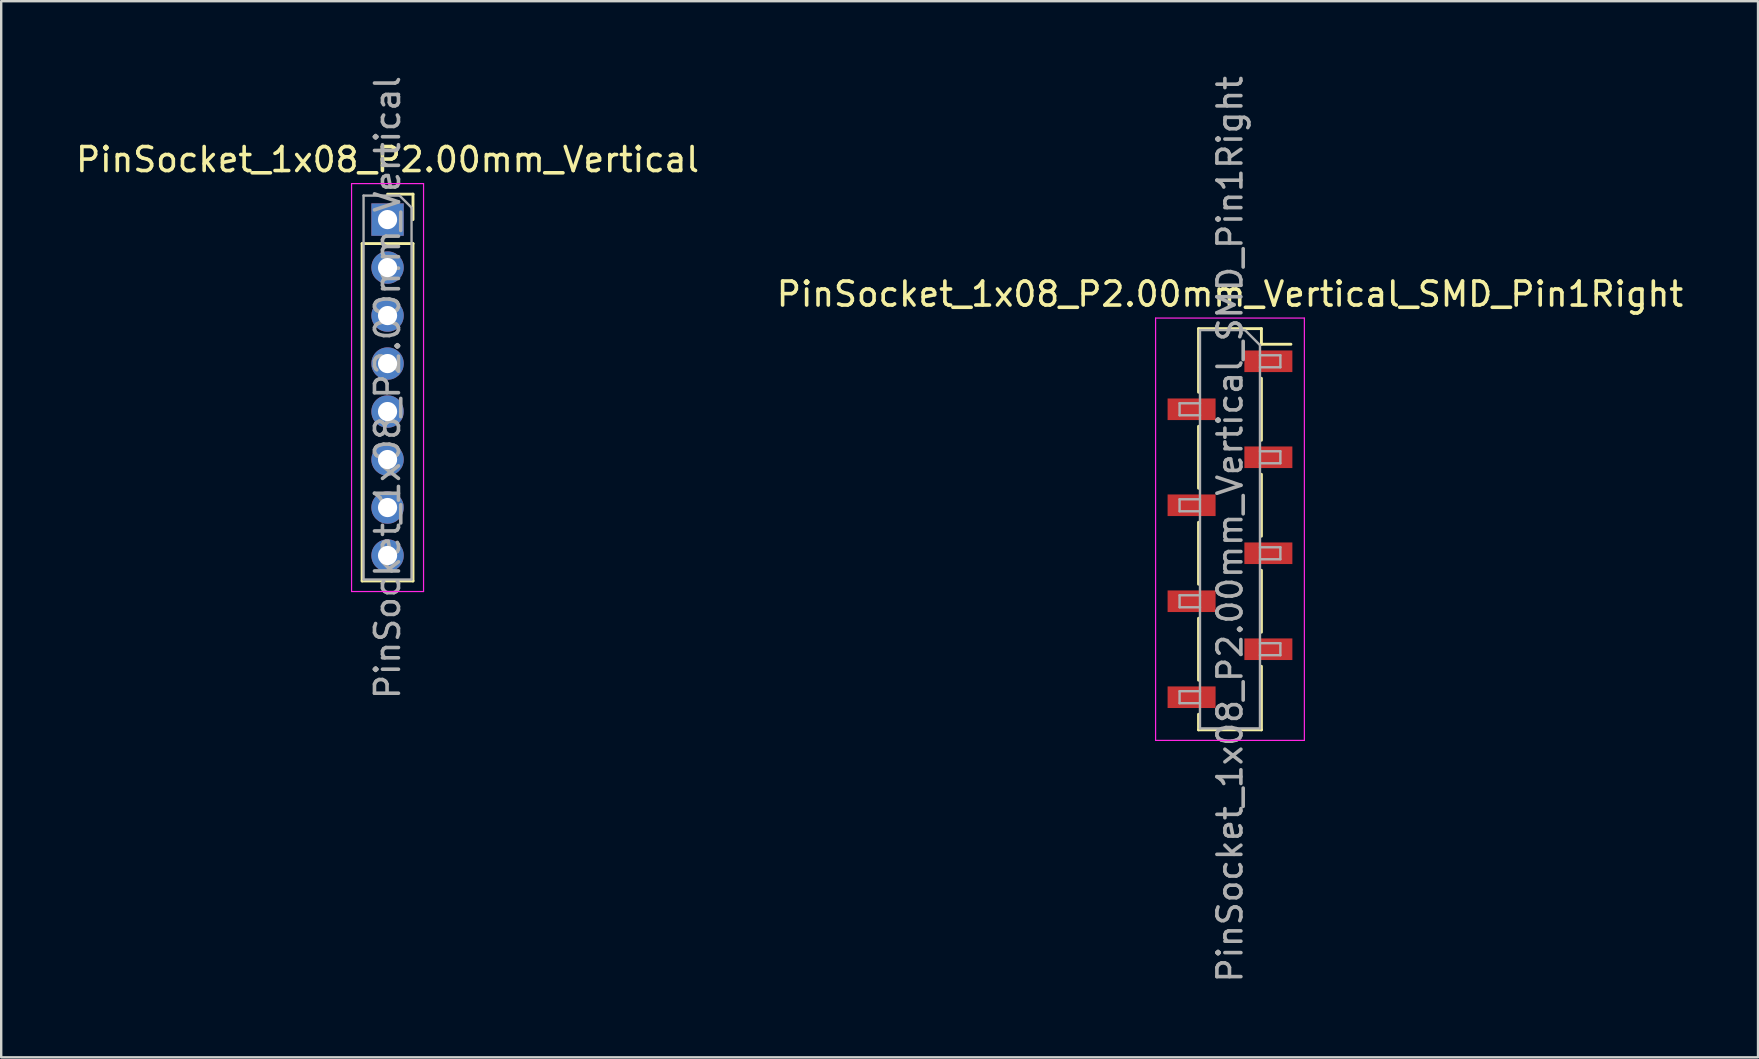
<source format=kicad_pcb>
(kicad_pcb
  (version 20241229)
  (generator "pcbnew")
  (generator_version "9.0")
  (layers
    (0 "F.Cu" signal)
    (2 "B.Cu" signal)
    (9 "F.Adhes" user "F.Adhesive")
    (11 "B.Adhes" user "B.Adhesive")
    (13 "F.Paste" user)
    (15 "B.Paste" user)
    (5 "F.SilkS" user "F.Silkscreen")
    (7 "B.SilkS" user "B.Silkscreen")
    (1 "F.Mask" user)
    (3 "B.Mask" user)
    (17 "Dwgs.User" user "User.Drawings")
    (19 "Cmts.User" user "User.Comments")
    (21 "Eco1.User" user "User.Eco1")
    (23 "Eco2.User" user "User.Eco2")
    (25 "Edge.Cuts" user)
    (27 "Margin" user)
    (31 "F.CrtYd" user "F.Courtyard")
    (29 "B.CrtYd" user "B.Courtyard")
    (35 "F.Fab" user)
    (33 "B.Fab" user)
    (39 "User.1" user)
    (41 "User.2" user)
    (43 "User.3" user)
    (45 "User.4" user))
  (footprint "PinSocket_1x08_P2.00mm_Vertical"
    (layer "F.Cu")
    (at 13.101 6.101)
    (property "Reference" "PinSocket_1x08_P2.00mm_Vertical" (at 0 -2.5 0) (layer "F.SilkS") (effects (font (size 1 1) (thickness 0.15))))
    (attr through_hole)
    (fp_line (start -1.06 1) (end -1.06 15.06) (stroke (width 0.12) (type solid)) (layer "F.SilkS"))
    (fp_line (start -1.06 1) (end 1.06 1) (stroke (width 0.12) (type solid)) (layer "F.SilkS"))
    (fp_line (start -1.06 15.06) (end 1.06 15.06) (stroke (width 0.12) (type solid)) (layer "F.SilkS"))
    (fp_line (start 0 -1.06) (end 1.06 -1.06) (stroke (width 0.12) (type solid)) (layer "F.SilkS"))
    (fp_line (start 1.06 -1.06) (end 1.06 0) (stroke (width 0.12) (type solid)) (layer "F.SilkS"))
    (fp_line (start 1.06 1) (end 1.06 15.06) (stroke (width 0.12) (type solid)) (layer "F.SilkS"))
    (fp_line (start -1.5 -1.5) (end 1.5 -1.5) (stroke (width 0.05) (type solid)) (layer "F.CrtYd"))
    (fp_line (start -1.5 15.5) (end -1.5 -1.5) (stroke (width 0.05) (type solid)) (layer "F.CrtYd"))
    (fp_line (start 1.5 -1.5) (end 1.5 15.5) (stroke (width 0.05) (type solid)) (layer "F.CrtYd"))
    (fp_line (start 1.5 15.5) (end -1.5 15.5) (stroke (width 0.05) (type solid)) (layer "F.CrtYd"))
    (fp_line (start -1 -1) (end 0.5 -1) (stroke (width 0.1) (type solid)) (layer "F.Fab"))
    (fp_line (start -1 15) (end -1 -1) (stroke (width 0.1) (type solid)) (layer "F.Fab"))
    (fp_line (start 0.5 -1) (end 1 -0.5) (stroke (width 0.1) (type solid)) (layer "F.Fab"))
    (fp_line (start 1 -0.5) (end 1 15) (stroke (width 0.1) (type solid)) (layer "F.Fab"))
    (fp_line (start 1 15) (end -1 15) (stroke (width 0.1) (type solid)) (layer "F.Fab"))
    (fp_text user "${REFERENCE}" (at 0 7 90) (layer "F.Fab") (effects (font (size 1 1) (thickness 0.15))))
    (pad "1" thru_hole rect (at 0 0) (size 1.35 1.35) (drill 0.8) (layers "*.Cu" "*.Mask"))
    (pad "2" thru_hole circle (at 0 2) (size 1.35 1.35) (drill 0.8) (layers "*.Cu" "*.Mask"))
    (pad "3" thru_hole circle (at 0 4) (size 1.35 1.35) (drill 0.8) (layers "*.Cu" "*.Mask"))
    (pad "4" thru_hole circle (at 0 6) (size 1.35 1.35) (drill 0.8) (layers "*.Cu" "*.Mask"))
    (pad "5" thru_hole circle (at 0 8) (size 1.35 1.35) (drill 0.8) (layers "*.Cu" "*.Mask"))
    (pad "6" thru_hole circle (at 0 10) (size 1.35 1.35) (drill 0.8) (layers "*.Cu" "*.Mask"))
    (pad "7" thru_hole circle (at 0 12) (size 1.35 1.35) (drill 0.8) (layers "*.Cu" "*.Mask"))
    (pad "8" thru_hole circle (at 0 14) (size 1.35 1.35) (drill 0.8) (layers "*.Cu" "*.Mask")))
  (footprint "PinSocket_1x08_P2.00mm_Vertical_SMD_Pin1Right"
    (layer "F.Cu")
    (at 48.208 19.006)
    (property "Reference" "PinSocket_1x08_P2.00mm_Vertical_SMD_Pin1Right" (at 0 -9.8 0) (layer "F.SilkS") (effects (font (size 1 1) (thickness 0.15))))
    (attr smd)
    (fp_line (start -1.31 -8.36) (end -1.31 -5.71) (stroke (width 0.12) (type solid)) (layer "F.SilkS"))
    (fp_line (start -1.31 -8.36) (end 1.31 -8.36) (stroke (width 0.12) (type solid)) (layer "F.SilkS"))
    (fp_line (start -1.31 -4.29) (end -1.31 -1.71) (stroke (width 0.12) (type solid)) (layer "F.SilkS"))
    (fp_line (start -1.31 -0.29) (end -1.31 2.29) (stroke (width 0.12) (type solid)) (layer "F.SilkS"))
    (fp_line (start -1.31 3.71) (end -1.31 6.29) (stroke (width 0.12) (type solid)) (layer "F.SilkS"))
    (fp_line (start -1.31 7.71) (end -1.31 8.36) (stroke (width 0.12) (type solid)) (layer "F.SilkS"))
    (fp_line (start -1.31 8.36) (end 1.31 8.36) (stroke (width 0.12) (type solid)) (layer "F.SilkS"))
    (fp_line (start 1.31 -8.36) (end 1.31 -7.71) (stroke (width 0.12) (type solid)) (layer "F.SilkS"))
    (fp_line (start 1.31 -7.71) (end 2.54 -7.71) (stroke (width 0.12) (type solid)) (layer "F.SilkS"))
    (fp_line (start 1.31 -6.29) (end 1.31 -3.71) (stroke (width 0.12) (type solid)) (layer "F.SilkS"))
    (fp_line (start 1.31 -2.29) (end 1.31 0.29) (stroke (width 0.12) (type solid)) (layer "F.SilkS"))
    (fp_line (start 1.31 1.71) (end 1.31 4.29) (stroke (width 0.12) (type solid)) (layer "F.SilkS"))
    (fp_line (start 1.31 5.71) (end 1.31 8.36) (stroke (width 0.12) (type solid)) (layer "F.SilkS"))
    (fp_line (start -3.1 -8.8) (end 3.1 -8.8) (stroke (width 0.05) (type solid)) (layer "F.CrtYd"))
    (fp_line (start -3.1 8.8) (end -3.1 -8.8) (stroke (width 0.05) (type solid)) (layer "F.CrtYd"))
    (fp_line (start 3.1 -8.8) (end 3.1 8.8) (stroke (width 0.05) (type solid)) (layer "F.CrtYd"))
    (fp_line (start 3.1 8.8) (end -3.1 8.8) (stroke (width 0.05) (type solid)) (layer "F.CrtYd"))
    (fp_line (start -2.1 -5.25) (end -1.25 -5.25) (stroke (width 0.1) (type solid)) (layer "F.Fab"))
    (fp_line (start -2.1 -4.75) (end -2.1 -5.25) (stroke (width 0.1) (type solid)) (layer "F.Fab"))
    (fp_line (start -2.1 -1.25) (end -1.25 -1.25) (stroke (width 0.1) (type solid)) (layer "F.Fab"))
    (fp_line (start -2.1 -0.75) (end -2.1 -1.25) (stroke (width 0.1) (type solid)) (layer "F.Fab"))
    (fp_line (start -2.1 2.75) (end -1.25 2.75) (stroke (width 0.1) (type solid)) (layer "F.Fab"))
    (fp_line (start -2.1 3.25) (end -2.1 2.75) (stroke (width 0.1) (type solid)) (layer "F.Fab"))
    (fp_line (start -2.1 6.75) (end -1.25 6.75) (stroke (width 0.1) (type solid)) (layer "F.Fab"))
    (fp_line (start -2.1 7.25) (end -2.1 6.75) (stroke (width 0.1) (type solid)) (layer "F.Fab"))
    (fp_line (start -1.25 -8.3) (end 0.625 -8.3) (stroke (width 0.1) (type solid)) (layer "F.Fab"))
    (fp_line (start -1.25 -4.75) (end -2.1 -4.75) (stroke (width 0.1) (type solid)) (layer "F.Fab"))
    (fp_line (start -1.25 -0.75) (end -2.1 -0.75) (stroke (width 0.1) (type solid)) (layer "F.Fab"))
    (fp_line (start -1.25 3.25) (end -2.1 3.25) (stroke (width 0.1) (type solid)) (layer "F.Fab"))
    (fp_line (start -1.25 7.25) (end -2.1 7.25) (stroke (width 0.1) (type solid)) (layer "F.Fab"))
    (fp_line (start -1.25 8.3) (end -1.25 -8.3) (stroke (width 0.1) (type solid)) (layer "F.Fab"))
    (fp_line (start 0.625 -8.3) (end 1.25 -7.675) (stroke (width 0.1) (type solid)) (layer "F.Fab"))
    (fp_line (start 1.25 -7.675) (end 1.25 8.3) (stroke (width 0.1) (type solid)) (layer "F.Fab"))
    (fp_line (start 1.25 -7.25) (end 2.1 -7.25) (stroke (width 0.1) (type solid)) (layer "F.Fab"))
    (fp_line (start 1.25 -3.25) (end 2.1 -3.25) (stroke (width 0.1) (type solid)) (layer "F.Fab"))
    (fp_line (start 1.25 0.75) (end 2.1 0.75) (stroke (width 0.1) (type solid)) (layer "F.Fab"))
    (fp_line (start 1.25 4.75) (end 2.1 4.75) (stroke (width 0.1) (type solid)) (layer "F.Fab"))
    (fp_line (start 1.25 8.3) (end -1.25 8.3) (stroke (width 0.1) (type solid)) (layer "F.Fab"))
    (fp_line (start 2.1 -7.25) (end 2.1 -6.75) (stroke (width 0.1) (type solid)) (layer "F.Fab"))
    (fp_line (start 2.1 -6.75) (end 1.25 -6.75) (stroke (width 0.1) (type solid)) (layer "F.Fab"))
    (fp_line (start 2.1 -3.25) (end 2.1 -2.75) (stroke (width 0.1) (type solid)) (layer "F.Fab"))
    (fp_line (start 2.1 -2.75) (end 1.25 -2.75) (stroke (width 0.1) (type solid)) (layer "F.Fab"))
    (fp_line (start 2.1 0.75) (end 2.1 1.25) (stroke (width 0.1) (type solid)) (layer "F.Fab"))
    (fp_line (start 2.1 1.25) (end 1.25 1.25) (stroke (width 0.1) (type solid)) (layer "F.Fab"))
    (fp_line (start 2.1 4.75) (end 2.1 5.25) (stroke (width 0.1) (type solid)) (layer "F.Fab"))
    (fp_line (start 2.1 5.25) (end 1.25 5.25) (stroke (width 0.1) (type solid)) (layer "F.Fab"))
    (fp_text user "${REFERENCE}" (at 0 0 90) (layer "F.Fab") (effects (font (size 1 1) (thickness 0.15))))
    (pad "1" smd rect (at 1.6 -7) (size 2 0.9) (layers "F.Cu" "F.Mask" "F.Paste"))
    (pad "2" smd rect (at -1.6 -5) (size 2 0.9) (layers "F.Cu" "F.Mask" "F.Paste"))
    (pad "3" smd rect (at 1.6 -3) (size 2 0.9) (layers "F.Cu" "F.Mask" "F.Paste"))
    (pad "4" smd rect (at -1.6 -1) (size 2 0.9) (layers "F.Cu" "F.Mask" "F.Paste"))
    (pad "5" smd rect (at 1.6 1) (size 2 0.9) (layers "F.Cu" "F.Mask" "F.Paste"))
    (pad "6" smd rect (at -1.6 3) (size 2 0.9) (layers "F.Cu" "F.Mask" "F.Paste"))
    (pad "7" smd rect (at 1.6 5) (size 2 0.9) (layers "F.Cu" "F.Mask" "F.Paste"))
    (pad "8" smd rect (at -1.6 7) (size 2 0.9) (layers "F.Cu" "F.Mask" "F.Paste")))
  (gr_rect
    (start -3 -3)
    (end 70.214 41.012)
    (stroke (width 0.1) (type default))
    (fill no)
    (layer "Edge.Cuts")))
</source>
